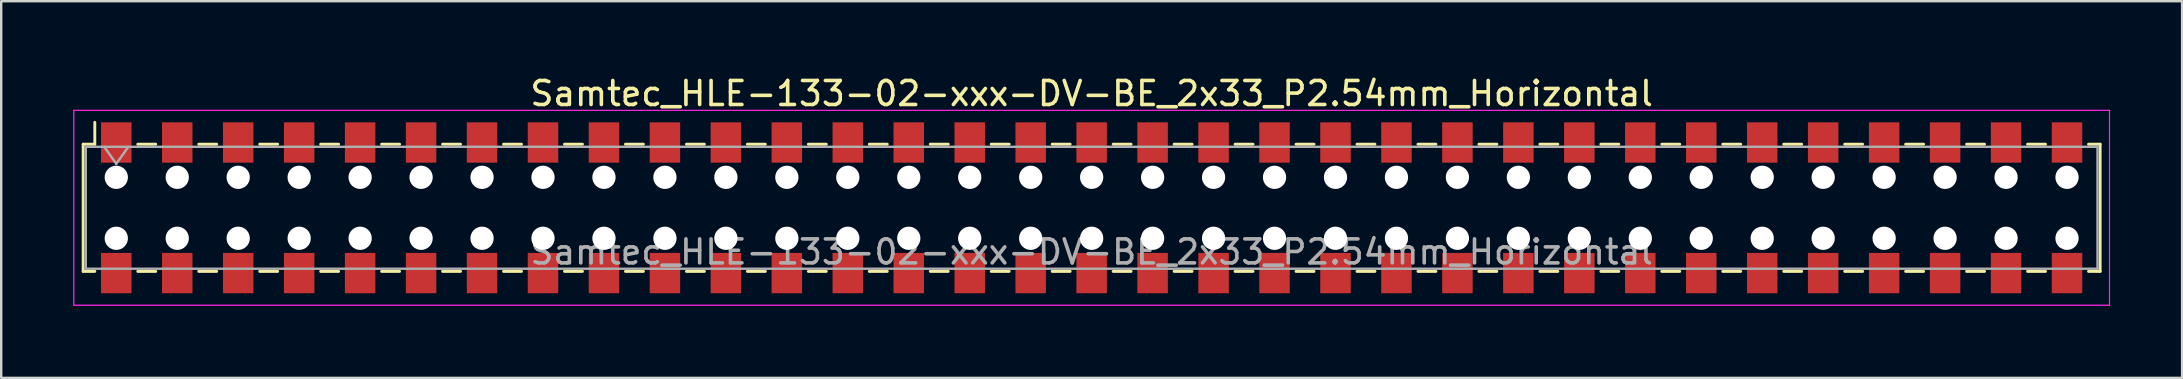
<source format=kicad_pcb>
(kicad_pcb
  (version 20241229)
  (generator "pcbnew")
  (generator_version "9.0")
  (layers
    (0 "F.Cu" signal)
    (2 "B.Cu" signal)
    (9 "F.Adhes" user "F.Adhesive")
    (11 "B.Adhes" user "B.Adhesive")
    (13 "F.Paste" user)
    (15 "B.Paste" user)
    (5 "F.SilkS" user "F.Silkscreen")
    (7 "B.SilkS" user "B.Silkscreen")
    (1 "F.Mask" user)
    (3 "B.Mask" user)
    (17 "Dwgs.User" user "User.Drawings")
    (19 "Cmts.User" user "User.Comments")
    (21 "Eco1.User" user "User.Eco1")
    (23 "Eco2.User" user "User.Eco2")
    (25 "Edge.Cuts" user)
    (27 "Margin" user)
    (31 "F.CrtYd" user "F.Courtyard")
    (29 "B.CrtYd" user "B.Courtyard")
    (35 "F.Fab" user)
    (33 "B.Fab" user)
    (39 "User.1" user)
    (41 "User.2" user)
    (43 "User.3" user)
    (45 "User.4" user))
  (footprint "Samtec_HLE-133-02-xxx-DV-BE_2x33_P2.54mm_Horizontal"
    (layer "F.Cu")
    (at 42.435 5.608)
    (property "Reference" "Samtec_HLE-133-02-xxx-DV-BE_2x33_P2.54mm_Horizontal" (at 0 -4.76 0) (layer "F.SilkS") (effects (font (size 1 1) (thickness 0.15))))
    (attr smd)
    (fp_line (start -42.02 -2.65) (end -42.02 2.65) (stroke (width 0.12) (type solid)) (layer "F.SilkS"))
    (fp_line (start -42.02 2.65) (end -41.535 2.65) (stroke (width 0.12) (type solid)) (layer "F.SilkS"))
    (fp_line (start -41.535 -3.56) (end -41.535 -2.65) (stroke (width 0.12) (type solid)) (layer "F.SilkS"))
    (fp_line (start -41.535 -2.65) (end -42.02 -2.65) (stroke (width 0.12) (type solid)) (layer "F.SilkS"))
    (fp_line (start -39.745 -2.65) (end -38.995 -2.65) (stroke (width 0.12) (type solid)) (layer "F.SilkS"))
    (fp_line (start -39.745 2.65) (end -38.995 2.65) (stroke (width 0.12) (type solid)) (layer "F.SilkS"))
    (fp_line (start -37.205 -2.65) (end -36.455 -2.65) (stroke (width 0.12) (type solid)) (layer "F.SilkS"))
    (fp_line (start -37.205 2.65) (end -36.455 2.65) (stroke (width 0.12) (type solid)) (layer "F.SilkS"))
    (fp_line (start -34.665 -2.65) (end -33.915 -2.65) (stroke (width 0.12) (type solid)) (layer "F.SilkS"))
    (fp_line (start -34.665 2.65) (end -33.915 2.65) (stroke (width 0.12) (type solid)) (layer "F.SilkS"))
    (fp_line (start -32.125 -2.65) (end -31.375 -2.65) (stroke (width 0.12) (type solid)) (layer "F.SilkS"))
    (fp_line (start -32.125 2.65) (end -31.375 2.65) (stroke (width 0.12) (type solid)) (layer "F.SilkS"))
    (fp_line (start -29.585 -2.65) (end -28.835 -2.65) (stroke (width 0.12) (type solid)) (layer "F.SilkS"))
    (fp_line (start -29.585 2.65) (end -28.835 2.65) (stroke (width 0.12) (type solid)) (layer "F.SilkS"))
    (fp_line (start -27.045 -2.65) (end -26.295 -2.65) (stroke (width 0.12) (type solid)) (layer "F.SilkS"))
    (fp_line (start -27.045 2.65) (end -26.295 2.65) (stroke (width 0.12) (type solid)) (layer "F.SilkS"))
    (fp_line (start -24.505 -2.65) (end -23.755 -2.65) (stroke (width 0.12) (type solid)) (layer "F.SilkS"))
    (fp_line (start -24.505 2.65) (end -23.755 2.65) (stroke (width 0.12) (type solid)) (layer "F.SilkS"))
    (fp_line (start -21.965 -2.65) (end -21.215 -2.65) (stroke (width 0.12) (type solid)) (layer "F.SilkS"))
    (fp_line (start -21.965 2.65) (end -21.215 2.65) (stroke (width 0.12) (type solid)) (layer "F.SilkS"))
    (fp_line (start -19.425 -2.65) (end -18.675 -2.65) (stroke (width 0.12) (type solid)) (layer "F.SilkS"))
    (fp_line (start -19.425 2.65) (end -18.675 2.65) (stroke (width 0.12) (type solid)) (layer "F.SilkS"))
    (fp_line (start -16.885 -2.65) (end -16.135 -2.65) (stroke (width 0.12) (type solid)) (layer "F.SilkS"))
    (fp_line (start -16.885 2.65) (end -16.135 2.65) (stroke (width 0.12) (type solid)) (layer "F.SilkS"))
    (fp_line (start -14.345 -2.65) (end -13.595 -2.65) (stroke (width 0.12) (type solid)) (layer "F.SilkS"))
    (fp_line (start -14.345 2.65) (end -13.595 2.65) (stroke (width 0.12) (type solid)) (layer "F.SilkS"))
    (fp_line (start -11.805 -2.65) (end -11.055 -2.65) (stroke (width 0.12) (type solid)) (layer "F.SilkS"))
    (fp_line (start -11.805 2.65) (end -11.055 2.65) (stroke (width 0.12) (type solid)) (layer "F.SilkS"))
    (fp_line (start -9.265 -2.65) (end -8.515 -2.65) (stroke (width 0.12) (type solid)) (layer "F.SilkS"))
    (fp_line (start -9.265 2.65) (end -8.515 2.65) (stroke (width 0.12) (type solid)) (layer "F.SilkS"))
    (fp_line (start -6.725 -2.65) (end -5.975 -2.65) (stroke (width 0.12) (type solid)) (layer "F.SilkS"))
    (fp_line (start -6.725 2.65) (end -5.975 2.65) (stroke (width 0.12) (type solid)) (layer "F.SilkS"))
    (fp_line (start -4.185 -2.65) (end -3.435 -2.65) (stroke (width 0.12) (type solid)) (layer "F.SilkS"))
    (fp_line (start -4.185 2.65) (end -3.435 2.65) (stroke (width 0.12) (type solid)) (layer "F.SilkS"))
    (fp_line (start -1.645 -2.65) (end -0.895 -2.65) (stroke (width 0.12) (type solid)) (layer "F.SilkS"))
    (fp_line (start -1.645 2.65) (end -0.895 2.65) (stroke (width 0.12) (type solid)) (layer "F.SilkS"))
    (fp_line (start 0.895 -2.65) (end 1.645 -2.65) (stroke (width 0.12) (type solid)) (layer "F.SilkS"))
    (fp_line (start 0.895 2.65) (end 1.645 2.65) (stroke (width 0.12) (type solid)) (layer "F.SilkS"))
    (fp_line (start 3.435 -2.65) (end 4.185 -2.65) (stroke (width 0.12) (type solid)) (layer "F.SilkS"))
    (fp_line (start 3.435 2.65) (end 4.185 2.65) (stroke (width 0.12) (type solid)) (layer "F.SilkS"))
    (fp_line (start 5.975 -2.65) (end 6.725 -2.65) (stroke (width 0.12) (type solid)) (layer "F.SilkS"))
    (fp_line (start 5.975 2.65) (end 6.725 2.65) (stroke (width 0.12) (type solid)) (layer "F.SilkS"))
    (fp_line (start 8.515 -2.65) (end 9.265 -2.65) (stroke (width 0.12) (type solid)) (layer "F.SilkS"))
    (fp_line (start 8.515 2.65) (end 9.265 2.65) (stroke (width 0.12) (type solid)) (layer "F.SilkS"))
    (fp_line (start 11.055 -2.65) (end 11.805 -2.65) (stroke (width 0.12) (type solid)) (layer "F.SilkS"))
    (fp_line (start 11.055 2.65) (end 11.805 2.65) (stroke (width 0.12) (type solid)) (layer "F.SilkS"))
    (fp_line (start 13.595 -2.65) (end 14.345 -2.65) (stroke (width 0.12) (type solid)) (layer "F.SilkS"))
    (fp_line (start 13.595 2.65) (end 14.345 2.65) (stroke (width 0.12) (type solid)) (layer "F.SilkS"))
    (fp_line (start 16.135 -2.65) (end 16.885 -2.65) (stroke (width 0.12) (type solid)) (layer "F.SilkS"))
    (fp_line (start 16.135 2.65) (end 16.885 2.65) (stroke (width 0.12) (type solid)) (layer "F.SilkS"))
    (fp_line (start 18.675 -2.65) (end 19.425 -2.65) (stroke (width 0.12) (type solid)) (layer "F.SilkS"))
    (fp_line (start 18.675 2.65) (end 19.425 2.65) (stroke (width 0.12) (type solid)) (layer "F.SilkS"))
    (fp_line (start 21.215 -2.65) (end 21.965 -2.65) (stroke (width 0.12) (type solid)) (layer "F.SilkS"))
    (fp_line (start 21.215 2.65) (end 21.965 2.65) (stroke (width 0.12) (type solid)) (layer "F.SilkS"))
    (fp_line (start 23.755 -2.65) (end 24.505 -2.65) (stroke (width 0.12) (type solid)) (layer "F.SilkS"))
    (fp_line (start 23.755 2.65) (end 24.505 2.65) (stroke (width 0.12) (type solid)) (layer "F.SilkS"))
    (fp_line (start 26.295 -2.65) (end 27.045 -2.65) (stroke (width 0.12) (type solid)) (layer "F.SilkS"))
    (fp_line (start 26.295 2.65) (end 27.045 2.65) (stroke (width 0.12) (type solid)) (layer "F.SilkS"))
    (fp_line (start 28.835 -2.65) (end 29.585 -2.65) (stroke (width 0.12) (type solid)) (layer "F.SilkS"))
    (fp_line (start 28.835 2.65) (end 29.585 2.65) (stroke (width 0.12) (type solid)) (layer "F.SilkS"))
    (fp_line (start 31.375 -2.65) (end 32.125 -2.65) (stroke (width 0.12) (type solid)) (layer "F.SilkS"))
    (fp_line (start 31.375 2.65) (end 32.125 2.65) (stroke (width 0.12) (type solid)) (layer "F.SilkS"))
    (fp_line (start 33.915 -2.65) (end 34.665 -2.65) (stroke (width 0.12) (type solid)) (layer "F.SilkS"))
    (fp_line (start 33.915 2.65) (end 34.665 2.65) (stroke (width 0.12) (type solid)) (layer "F.SilkS"))
    (fp_line (start 36.455 -2.65) (end 37.205 -2.65) (stroke (width 0.12) (type solid)) (layer "F.SilkS"))
    (fp_line (start 36.455 2.65) (end 37.205 2.65) (stroke (width 0.12) (type solid)) (layer "F.SilkS"))
    (fp_line (start 38.995 -2.65) (end 39.745 -2.65) (stroke (width 0.12) (type solid)) (layer "F.SilkS"))
    (fp_line (start 38.995 2.65) (end 39.745 2.65) (stroke (width 0.12) (type solid)) (layer "F.SilkS"))
    (fp_line (start 41.535 -2.65) (end 42.02 -2.65) (stroke (width 0.12) (type solid)) (layer "F.SilkS"))
    (fp_line (start 42.02 -2.65) (end 42.02 2.65) (stroke (width 0.12) (type solid)) (layer "F.SilkS"))
    (fp_line (start 42.02 2.65) (end 41.535 2.65) (stroke (width 0.12) (type solid)) (layer "F.SilkS"))
    (fp_line (start -42.41 -4.06) (end 42.41 -4.06) (stroke (width 0.05) (type solid)) (layer "F.CrtYd"))
    (fp_line (start -42.41 4.06) (end -42.41 -4.06) (stroke (width 0.05) (type solid)) (layer "F.CrtYd"))
    (fp_line (start 42.41 -4.06) (end 42.41 4.06) (stroke (width 0.05) (type solid)) (layer "F.CrtYd"))
    (fp_line (start 42.41 4.06) (end -42.41 4.06) (stroke (width 0.05) (type solid)) (layer "F.CrtYd"))
    (fp_line (start -41.91 -2.54) (end 41.91 -2.54) (stroke (width 0.1) (type solid)) (layer "F.Fab"))
    (fp_line (start -41.91 2.54) (end -41.91 -2.54) (stroke (width 0.1) (type solid)) (layer "F.Fab"))
    (fp_line (start -41.14 -2.54) (end -40.64 -1.833) (stroke (width 0.1) (type solid)) (layer "F.Fab"))
    (fp_line (start -40.64 -1.833) (end -40.14 -2.54) (stroke (width 0.1) (type solid)) (layer "F.Fab"))
    (fp_line (start 41.91 -2.54) (end 41.91 2.54) (stroke (width 0.1) (type solid)) (layer "F.Fab"))
    (fp_line (start 41.91 2.54) (end -41.91 2.54) (stroke (width 0.1) (type solid)) (layer "F.Fab"))
    (fp_text user "${REFERENCE}" (at 0 1.84 0) (layer "F.Fab") (effects (font (size 1 1) (thickness 0.15))))
    (pad "" np_thru_hole circle (at -40.64 -1.27) (size 0.97 0.97) (drill 0.97) (layers "*.Cu" "*.Mask"))
    (pad "" np_thru_hole circle (at -40.64 1.27) (size 0.97 0.97) (drill 0.97) (layers "*.Cu" "*.Mask"))
    (pad "" np_thru_hole circle (at -38.1 -1.27) (size 0.97 0.97) (drill 0.97) (layers "*.Cu" "*.Mask"))
    (pad "" np_thru_hole circle (at -38.1 1.27) (size 0.97 0.97) (drill 0.97) (layers "*.Cu" "*.Mask"))
    (pad "" np_thru_hole circle (at -35.56 -1.27) (size 0.97 0.97) (drill 0.97) (layers "*.Cu" "*.Mask"))
    (pad "" np_thru_hole circle (at -35.56 1.27) (size 0.97 0.97) (drill 0.97) (layers "*.Cu" "*.Mask"))
    (pad "" np_thru_hole circle (at -33.02 -1.27) (size 0.97 0.97) (drill 0.97) (layers "*.Cu" "*.Mask"))
    (pad "" np_thru_hole circle (at -33.02 1.27) (size 0.97 0.97) (drill 0.97) (layers "*.Cu" "*.Mask"))
    (pad "" np_thru_hole circle (at -30.48 -1.27) (size 0.97 0.97) (drill 0.97) (layers "*.Cu" "*.Mask"))
    (pad "" np_thru_hole circle (at -30.48 1.27) (size 0.97 0.97) (drill 0.97) (layers "*.Cu" "*.Mask"))
    (pad "" np_thru_hole circle (at -27.94 -1.27) (size 0.97 0.97) (drill 0.97) (layers "*.Cu" "*.Mask"))
    (pad "" np_thru_hole circle (at -27.94 1.27) (size 0.97 0.97) (drill 0.97) (layers "*.Cu" "*.Mask"))
    (pad "" np_thru_hole circle (at -25.4 -1.27) (size 0.97 0.97) (drill 0.97) (layers "*.Cu" "*.Mask"))
    (pad "" np_thru_hole circle (at -25.4 1.27) (size 0.97 0.97) (drill 0.97) (layers "*.Cu" "*.Mask"))
    (pad "" np_thru_hole circle (at -22.86 -1.27) (size 0.97 0.97) (drill 0.97) (layers "*.Cu" "*.Mask"))
    (pad "" np_thru_hole circle (at -22.86 1.27) (size 0.97 0.97) (drill 0.97) (layers "*.Cu" "*.Mask"))
    (pad "" np_thru_hole circle (at -20.32 -1.27) (size 0.97 0.97) (drill 0.97) (layers "*.Cu" "*.Mask"))
    (pad "" np_thru_hole circle (at -20.32 1.27) (size 0.97 0.97) (drill 0.97) (layers "*.Cu" "*.Mask"))
    (pad "" np_thru_hole circle (at -17.78 -1.27) (size 0.97 0.97) (drill 0.97) (layers "*.Cu" "*.Mask"))
    (pad "" np_thru_hole circle (at -17.78 1.27) (size 0.97 0.97) (drill 0.97) (layers "*.Cu" "*.Mask"))
    (pad "" np_thru_hole circle (at -15.24 -1.27) (size 0.97 0.97) (drill 0.97) (layers "*.Cu" "*.Mask"))
    (pad "" np_thru_hole circle (at -15.24 1.27) (size 0.97 0.97) (drill 0.97) (layers "*.Cu" "*.Mask"))
    (pad "" np_thru_hole circle (at -12.7 -1.27) (size 0.97 0.97) (drill 0.97) (layers "*.Cu" "*.Mask"))
    (pad "" np_thru_hole circle (at -12.7 1.27) (size 0.97 0.97) (drill 0.97) (layers "*.Cu" "*.Mask"))
    (pad "" np_thru_hole circle (at -10.16 -1.27) (size 0.97 0.97) (drill 0.97) (layers "*.Cu" "*.Mask"))
    (pad "" np_thru_hole circle (at -10.16 1.27) (size 0.97 0.97) (drill 0.97) (layers "*.Cu" "*.Mask"))
    (pad "" np_thru_hole circle (at -7.62 -1.27) (size 0.97 0.97) (drill 0.97) (layers "*.Cu" "*.Mask"))
    (pad "" np_thru_hole circle (at -7.62 1.27) (size 0.97 0.97) (drill 0.97) (layers "*.Cu" "*.Mask"))
    (pad "" np_thru_hole circle (at -5.08 -1.27) (size 0.97 0.97) (drill 0.97) (layers "*.Cu" "*.Mask"))
    (pad "" np_thru_hole circle (at -5.08 1.27) (size 0.97 0.97) (drill 0.97) (layers "*.Cu" "*.Mask"))
    (pad "" np_thru_hole circle (at -2.54 -1.27) (size 0.97 0.97) (drill 0.97) (layers "*.Cu" "*.Mask"))
    (pad "" np_thru_hole circle (at -2.54 1.27) (size 0.97 0.97) (drill 0.97) (layers "*.Cu" "*.Mask"))
    (pad "" np_thru_hole circle (at 0 -1.27) (size 0.97 0.97) (drill 0.97) (layers "*.Cu" "*.Mask"))
    (pad "" np_thru_hole circle (at 0 1.27) (size 0.97 0.97) (drill 0.97) (layers "*.Cu" "*.Mask"))
    (pad "" np_thru_hole circle (at 2.54 -1.27) (size 0.97 0.97) (drill 0.97) (layers "*.Cu" "*.Mask"))
    (pad "" np_thru_hole circle (at 2.54 1.27) (size 0.97 0.97) (drill 0.97) (layers "*.Cu" "*.Mask"))
    (pad "" np_thru_hole circle (at 5.08 -1.27) (size 0.97 0.97) (drill 0.97) (layers "*.Cu" "*.Mask"))
    (pad "" np_thru_hole circle (at 5.08 1.27) (size 0.97 0.97) (drill 0.97) (layers "*.Cu" "*.Mask"))
    (pad "" np_thru_hole circle (at 7.62 -1.27) (size 0.97 0.97) (drill 0.97) (layers "*.Cu" "*.Mask"))
    (pad "" np_thru_hole circle (at 7.62 1.27) (size 0.97 0.97) (drill 0.97) (layers "*.Cu" "*.Mask"))
    (pad "" np_thru_hole circle (at 10.16 -1.27) (size 0.97 0.97) (drill 0.97) (layers "*.Cu" "*.Mask"))
    (pad "" np_thru_hole circle (at 10.16 1.27) (size 0.97 0.97) (drill 0.97) (layers "*.Cu" "*.Mask"))
    (pad "" np_thru_hole circle (at 12.7 -1.27) (size 0.97 0.97) (drill 0.97) (layers "*.Cu" "*.Mask"))
    (pad "" np_thru_hole circle (at 12.7 1.27) (size 0.97 0.97) (drill 0.97) (layers "*.Cu" "*.Mask"))
    (pad "" np_thru_hole circle (at 15.24 -1.27) (size 0.97 0.97) (drill 0.97) (layers "*.Cu" "*.Mask"))
    (pad "" np_thru_hole circle (at 15.24 1.27) (size 0.97 0.97) (drill 0.97) (layers "*.Cu" "*.Mask"))
    (pad "" np_thru_hole circle (at 17.78 -1.27) (size 0.97 0.97) (drill 0.97) (layers "*.Cu" "*.Mask"))
    (pad "" np_thru_hole circle (at 17.78 1.27) (size 0.97 0.97) (drill 0.97) (layers "*.Cu" "*.Mask"))
    (pad "" np_thru_hole circle (at 20.32 -1.27) (size 0.97 0.97) (drill 0.97) (layers "*.Cu" "*.Mask"))
    (pad "" np_thru_hole circle (at 20.32 1.27) (size 0.97 0.97) (drill 0.97) (layers "*.Cu" "*.Mask"))
    (pad "" np_thru_hole circle (at 22.86 -1.27) (size 0.97 0.97) (drill 0.97) (layers "*.Cu" "*.Mask"))
    (pad "" np_thru_hole circle (at 22.86 1.27) (size 0.97 0.97) (drill 0.97) (layers "*.Cu" "*.Mask"))
    (pad "" np_thru_hole circle (at 25.4 -1.27) (size 0.97 0.97) (drill 0.97) (layers "*.Cu" "*.Mask"))
    (pad "" np_thru_hole circle (at 25.4 1.27) (size 0.97 0.97) (drill 0.97) (layers "*.Cu" "*.Mask"))
    (pad "" np_thru_hole circle (at 27.94 -1.27) (size 0.97 0.97) (drill 0.97) (layers "*.Cu" "*.Mask"))
    (pad "" np_thru_hole circle (at 27.94 1.27) (size 0.97 0.97) (drill 0.97) (layers "*.Cu" "*.Mask"))
    (pad "" np_thru_hole circle (at 30.48 -1.27) (size 0.97 0.97) (drill 0.97) (layers "*.Cu" "*.Mask"))
    (pad "" np_thru_hole circle (at 30.48 1.27) (size 0.97 0.97) (drill 0.97) (layers "*.Cu" "*.Mask"))
    (pad "" np_thru_hole circle (at 33.02 -1.27) (size 0.97 0.97) (drill 0.97) (layers "*.Cu" "*.Mask"))
    (pad "" np_thru_hole circle (at 33.02 1.27) (size 0.97 0.97) (drill 0.97) (layers "*.Cu" "*.Mask"))
    (pad "" np_thru_hole circle (at 35.56 -1.27) (size 0.97 0.97) (drill 0.97) (layers "*.Cu" "*.Mask"))
    (pad "" np_thru_hole circle (at 35.56 1.27) (size 0.97 0.97) (drill 0.97) (layers "*.Cu" "*.Mask"))
    (pad "" np_thru_hole circle (at 38.1 -1.27) (size 0.97 0.97) (drill 0.97) (layers "*.Cu" "*.Mask"))
    (pad "" np_thru_hole circle (at 38.1 1.27) (size 0.97 0.97) (drill 0.97) (layers "*.Cu" "*.Mask"))
    (pad "" np_thru_hole circle (at 40.64 -1.27) (size 0.97 0.97) (drill 0.97) (layers "*.Cu" "*.Mask"))
    (pad "" np_thru_hole circle (at 40.64 1.27) (size 0.97 0.97) (drill 0.97) (layers "*.Cu" "*.Mask"))
    (pad "1" smd rect (at -40.64 -2.72) (size 1.27 1.68) (layers "F.Cu" "F.Mask" "F.Paste"))
    (pad "2" smd rect (at -40.64 2.72) (size 1.27 1.68) (layers "F.Cu" "F.Mask" "F.Paste"))
    (pad "3" smd rect (at -38.1 -2.72) (size 1.27 1.68) (layers "F.Cu" "F.Mask" "F.Paste"))
    (pad "4" smd rect (at -38.1 2.72) (size 1.27 1.68) (layers "F.Cu" "F.Mask" "F.Paste"))
    (pad "5" smd rect (at -35.56 -2.72) (size 1.27 1.68) (layers "F.Cu" "F.Mask" "F.Paste"))
    (pad "6" smd rect (at -35.56 2.72) (size 1.27 1.68) (layers "F.Cu" "F.Mask" "F.Paste"))
    (pad "7" smd rect (at -33.02 -2.72) (size 1.27 1.68) (layers "F.Cu" "F.Mask" "F.Paste"))
    (pad "8" smd rect (at -33.02 2.72) (size 1.27 1.68) (layers "F.Cu" "F.Mask" "F.Paste"))
    (pad "9" smd rect (at -30.48 -2.72) (size 1.27 1.68) (layers "F.Cu" "F.Mask" "F.Paste"))
    (pad "10" smd rect (at -30.48 2.72) (size 1.27 1.68) (layers "F.Cu" "F.Mask" "F.Paste"))
    (pad "11" smd rect (at -27.94 -2.72) (size 1.27 1.68) (layers "F.Cu" "F.Mask" "F.Paste"))
    (pad "12" smd rect (at -27.94 2.72) (size 1.27 1.68) (layers "F.Cu" "F.Mask" "F.Paste"))
    (pad "13" smd rect (at -25.4 -2.72) (size 1.27 1.68) (layers "F.Cu" "F.Mask" "F.Paste"))
    (pad "14" smd rect (at -25.4 2.72) (size 1.27 1.68) (layers "F.Cu" "F.Mask" "F.Paste"))
    (pad "15" smd rect (at -22.86 -2.72) (size 1.27 1.68) (layers "F.Cu" "F.Mask" "F.Paste"))
    (pad "16" smd rect (at -22.86 2.72) (size 1.27 1.68) (layers "F.Cu" "F.Mask" "F.Paste"))
    (pad "17" smd rect (at -20.32 -2.72) (size 1.27 1.68) (layers "F.Cu" "F.Mask" "F.Paste"))
    (pad "18" smd rect (at -20.32 2.72) (size 1.27 1.68) (layers "F.Cu" "F.Mask" "F.Paste"))
    (pad "19" smd rect (at -17.78 -2.72) (size 1.27 1.68) (layers "F.Cu" "F.Mask" "F.Paste"))
    (pad "20" smd rect (at -17.78 2.72) (size 1.27 1.68) (layers "F.Cu" "F.Mask" "F.Paste"))
    (pad "21" smd rect (at -15.24 -2.72) (size 1.27 1.68) (layers "F.Cu" "F.Mask" "F.Paste"))
    (pad "22" smd rect (at -15.24 2.72) (size 1.27 1.68) (layers "F.Cu" "F.Mask" "F.Paste"))
    (pad "23" smd rect (at -12.7 -2.72) (size 1.27 1.68) (layers "F.Cu" "F.Mask" "F.Paste"))
    (pad "24" smd rect (at -12.7 2.72) (size 1.27 1.68) (layers "F.Cu" "F.Mask" "F.Paste"))
    (pad "25" smd rect (at -10.16 -2.72) (size 1.27 1.68) (layers "F.Cu" "F.Mask" "F.Paste"))
    (pad "26" smd rect (at -10.16 2.72) (size 1.27 1.68) (layers "F.Cu" "F.Mask" "F.Paste"))
    (pad "27" smd rect (at -7.62 -2.72) (size 1.27 1.68) (layers "F.Cu" "F.Mask" "F.Paste"))
    (pad "28" smd rect (at -7.62 2.72) (size 1.27 1.68) (layers "F.Cu" "F.Mask" "F.Paste"))
    (pad "29" smd rect (at -5.08 -2.72) (size 1.27 1.68) (layers "F.Cu" "F.Mask" "F.Paste"))
    (pad "30" smd rect (at -5.08 2.72) (size 1.27 1.68) (layers "F.Cu" "F.Mask" "F.Paste"))
    (pad "31" smd rect (at -2.54 -2.72) (size 1.27 1.68) (layers "F.Cu" "F.Mask" "F.Paste"))
    (pad "32" smd rect (at -2.54 2.72) (size 1.27 1.68) (layers "F.Cu" "F.Mask" "F.Paste"))
    (pad "33" smd rect (at 0 -2.72) (size 1.27 1.68) (layers "F.Cu" "F.Mask" "F.Paste"))
    (pad "34" smd rect (at 0 2.72) (size 1.27 1.68) (layers "F.Cu" "F.Mask" "F.Paste"))
    (pad "35" smd rect (at 2.54 -2.72) (size 1.27 1.68) (layers "F.Cu" "F.Mask" "F.Paste"))
    (pad "36" smd rect (at 2.54 2.72) (size 1.27 1.68) (layers "F.Cu" "F.Mask" "F.Paste"))
    (pad "37" smd rect (at 5.08 -2.72) (size 1.27 1.68) (layers "F.Cu" "F.Mask" "F.Paste"))
    (pad "38" smd rect (at 5.08 2.72) (size 1.27 1.68) (layers "F.Cu" "F.Mask" "F.Paste"))
    (pad "39" smd rect (at 7.62 -2.72) (size 1.27 1.68) (layers "F.Cu" "F.Mask" "F.Paste"))
    (pad "40" smd rect (at 7.62 2.72) (size 1.27 1.68) (layers "F.Cu" "F.Mask" "F.Paste"))
    (pad "41" smd rect (at 10.16 -2.72) (size 1.27 1.68) (layers "F.Cu" "F.Mask" "F.Paste"))
    (pad "42" smd rect (at 10.16 2.72) (size 1.27 1.68) (layers "F.Cu" "F.Mask" "F.Paste"))
    (pad "43" smd rect (at 12.7 -2.72) (size 1.27 1.68) (layers "F.Cu" "F.Mask" "F.Paste"))
    (pad "44" smd rect (at 12.7 2.72) (size 1.27 1.68) (layers "F.Cu" "F.Mask" "F.Paste"))
    (pad "45" smd rect (at 15.24 -2.72) (size 1.27 1.68) (layers "F.Cu" "F.Mask" "F.Paste"))
    (pad "46" smd rect (at 15.24 2.72) (size 1.27 1.68) (layers "F.Cu" "F.Mask" "F.Paste"))
    (pad "47" smd rect (at 17.78 -2.72) (size 1.27 1.68) (layers "F.Cu" "F.Mask" "F.Paste"))
    (pad "48" smd rect (at 17.78 2.72) (size 1.27 1.68) (layers "F.Cu" "F.Mask" "F.Paste"))
    (pad "49" smd rect (at 20.32 -2.72) (size 1.27 1.68) (layers "F.Cu" "F.Mask" "F.Paste"))
    (pad "50" smd rect (at 20.32 2.72) (size 1.27 1.68) (layers "F.Cu" "F.Mask" "F.Paste"))
    (pad "51" smd rect (at 22.86 -2.72) (size 1.27 1.68) (layers "F.Cu" "F.Mask" "F.Paste"))
    (pad "52" smd rect (at 22.86 2.72) (size 1.27 1.68) (layers "F.Cu" "F.Mask" "F.Paste"))
    (pad "53" smd rect (at 25.4 -2.72) (size 1.27 1.68) (layers "F.Cu" "F.Mask" "F.Paste"))
    (pad "54" smd rect (at 25.4 2.72) (size 1.27 1.68) (layers "F.Cu" "F.Mask" "F.Paste"))
    (pad "55" smd rect (at 27.94 -2.72) (size 1.27 1.68) (layers "F.Cu" "F.Mask" "F.Paste"))
    (pad "56" smd rect (at 27.94 2.72) (size 1.27 1.68) (layers "F.Cu" "F.Mask" "F.Paste"))
    (pad "57" smd rect (at 30.48 -2.72) (size 1.27 1.68) (layers "F.Cu" "F.Mask" "F.Paste"))
    (pad "58" smd rect (at 30.48 2.72) (size 1.27 1.68) (layers "F.Cu" "F.Mask" "F.Paste"))
    (pad "59" smd rect (at 33.02 -2.72) (size 1.27 1.68) (layers "F.Cu" "F.Mask" "F.Paste"))
    (pad "60" smd rect (at 33.02 2.72) (size 1.27 1.68) (layers "F.Cu" "F.Mask" "F.Paste"))
    (pad "61" smd rect (at 35.56 -2.72) (size 1.27 1.68) (layers "F.Cu" "F.Mask" "F.Paste"))
    (pad "62" smd rect (at 35.56 2.72) (size 1.27 1.68) (layers "F.Cu" "F.Mask" "F.Paste"))
    (pad "63" smd rect (at 38.1 -2.72) (size 1.27 1.68) (layers "F.Cu" "F.Mask" "F.Paste"))
    (pad "64" smd rect (at 38.1 2.72) (size 1.27 1.68) (layers "F.Cu" "F.Mask" "F.Paste"))
    (pad "65" smd rect (at 40.64 -2.72) (size 1.27 1.68) (layers "F.Cu" "F.Mask" "F.Paste"))
    (pad "66" smd rect (at 40.64 2.72) (size 1.27 1.68) (layers "F.Cu" "F.Mask" "F.Paste")))
  (gr_rect
    (start -3 -3)
    (end 87.87 12.693)
    (stroke (width 0.1) (type default))
    (fill no)
    (layer "Edge.Cuts")))
</source>
